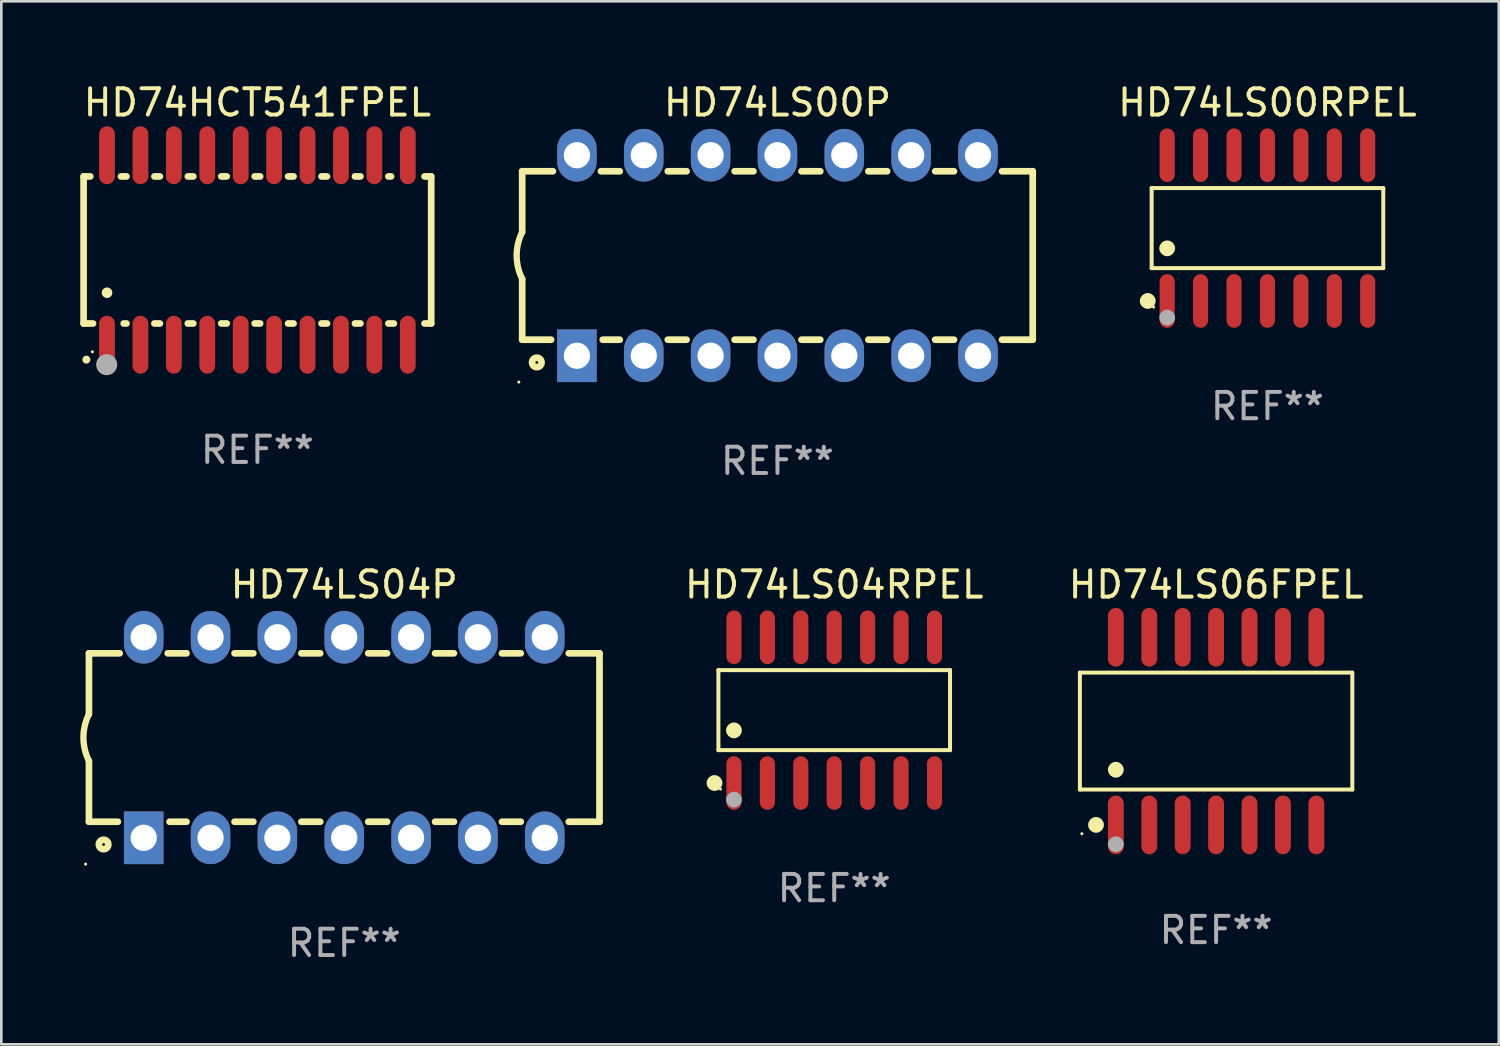
<source format=kicad_pcb>
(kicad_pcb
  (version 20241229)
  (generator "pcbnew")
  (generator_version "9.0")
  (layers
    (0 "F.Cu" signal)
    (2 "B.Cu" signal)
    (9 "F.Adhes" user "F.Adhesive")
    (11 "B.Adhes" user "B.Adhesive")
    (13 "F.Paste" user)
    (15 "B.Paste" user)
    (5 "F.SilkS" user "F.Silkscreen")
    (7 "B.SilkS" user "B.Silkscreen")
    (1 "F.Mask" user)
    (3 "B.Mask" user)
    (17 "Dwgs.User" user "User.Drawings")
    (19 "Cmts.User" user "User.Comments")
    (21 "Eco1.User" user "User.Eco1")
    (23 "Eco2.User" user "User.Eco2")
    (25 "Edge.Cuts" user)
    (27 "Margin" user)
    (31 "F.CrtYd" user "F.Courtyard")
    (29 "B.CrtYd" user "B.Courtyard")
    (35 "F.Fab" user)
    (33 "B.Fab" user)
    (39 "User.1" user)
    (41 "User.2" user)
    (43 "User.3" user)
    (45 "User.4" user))
  (footprint "HD74LS00RPEL"
    (layer "F.Cu")
    (at 45.111 5.617)
    (property "Reference" "HD74LS00RPEL" (at 0 -4.769 0) (layer "F.SilkS") (effects (font (size 1 1) (thickness 0.15))))
    (attr through_hole)
    (fp_line (start -4.401 -1.521) (end 4.401 -1.521) (stroke (width 0.152) (type solid)) (layer "F.SilkS"))
    (fp_line (start -4.401 1.521) (end -4.401 -1.521) (stroke (width 0.152) (type solid)) (layer "F.SilkS"))
    (fp_line (start 4.401 -1.521) (end 4.401 1.521) (stroke (width 0.152) (type solid)) (layer "F.SilkS"))
    (fp_line (start 4.401 1.521) (end -4.401 1.521) (stroke (width 0.152) (type solid)) (layer "F.SilkS"))
    (fp_circle (center -4.549 2.769) (end -4.399 2.769) (stroke (width 0.3) (type solid)) (fill no) (layer "F.SilkS"))
    (fp_circle (center -4.325 3) (end -4.295 3) (stroke (width 0.06) (type solid)) (fill no) (layer "F.SilkS"))
    (fp_circle (center -3.81 0.769) (end -3.66 0.769) (stroke (width 0.3) (type solid)) (fill no) (layer "F.SilkS"))
    (fp_circle (center -3.81 3.4) (end -3.66 3.4) (stroke (width 0.3) (type solid)) (fill no) (layer "F.Fab"))
    (fp_text user "REF**" (at 0 6.769 0) (layer "F.Fab") (effects (font (size 1 1) (thickness 0.15))))
    (pad "1" smd oval (at -3.81 2.769) (size 0.574 2.038) (layers "F.Cu" "F.Mask" "F.Paste"))
    (pad "2" smd oval (at -2.54 2.769) (size 0.574 2.038) (layers "F.Cu" "F.Mask" "F.Paste"))
    (pad "3" smd oval (at -1.27 2.769) (size 0.574 2.038) (layers "F.Cu" "F.Mask" "F.Paste"))
    (pad "4" smd oval (at 0 2.769) (size 0.574 2.038) (layers "F.Cu" "F.Mask" "F.Paste"))
    (pad "5" smd oval (at 1.27 2.769) (size 0.574 2.038) (layers "F.Cu" "F.Mask" "F.Paste"))
    (pad "6" smd oval (at 2.54 2.769) (size 0.574 2.038) (layers "F.Cu" "F.Mask" "F.Paste"))
    (pad "7" smd oval (at 3.81 2.769) (size 0.574 2.038) (layers "F.Cu" "F.Mask" "F.Paste"))
    (pad "8" smd oval (at 3.81 -2.769) (size 0.574 2.038) (layers "F.Cu" "F.Mask" "F.Paste"))
    (pad "9" smd oval (at 2.54 -2.769) (size 0.574 2.038) (layers "F.Cu" "F.Mask" "F.Paste"))
    (pad "10" smd oval (at 1.27 -2.769) (size 0.574 2.038) (layers "F.Cu" "F.Mask" "F.Paste"))
    (pad "11" smd oval (at 0 -2.769) (size 0.574 2.038) (layers "F.Cu" "F.Mask" "F.Paste"))
    (pad "12" smd oval (at -1.27 -2.769) (size 0.574 2.038) (layers "F.Cu" "F.Mask" "F.Paste"))
    (pad "13" smd oval (at -2.54 -2.769) (size 0.574 2.038) (layers "F.Cu" "F.Mask" "F.Paste"))
    (pad "14" smd oval (at -3.81 -2.769) (size 0.574 2.038) (layers "F.Cu" "F.Mask" "F.Paste")))
  (footprint "HD74LS04P"
    (layer "F.Cu")
    (at 10.03 24.975)
    (property "Reference" "HD74LS04P" (at 0 -5.81 0) (layer "F.SilkS") (effects (font (size 1 1) (thickness 0.15))))
    (attr through_hole)
    (fp_line (start -9.7 -3.2) (end -9.7 -0.889) (stroke (width 0.254) (type solid)) (layer "F.SilkS"))
    (fp_line (start -9.7 -3.2) (end -8.533 -3.2) (stroke (width 0.254) (type solid)) (layer "F.SilkS"))
    (fp_line (start -9.7 3.2) (end -9.7 0.889) (stroke (width 0.254) (type solid)) (layer "F.SilkS"))
    (fp_line (start -9.7 3.2) (end -8.601 3.2) (stroke (width 0.254) (type solid)) (layer "F.SilkS"))
    (fp_line (start -6.707 -3.2) (end -5.993 -3.2) (stroke (width 0.254) (type solid)) (layer "F.SilkS"))
    (fp_line (start -6.639 3.2) (end -5.993 3.2) (stroke (width 0.254) (type solid)) (layer "F.SilkS"))
    (fp_line (start -4.168 3.2) (end -3.453 3.2) (stroke (width 0.254) (type solid)) (layer "F.SilkS"))
    (fp_line (start -4.167 -3.2) (end -3.453 -3.2) (stroke (width 0.254) (type solid)) (layer "F.SilkS"))
    (fp_line (start -1.628 3.2) (end -0.912 3.2) (stroke (width 0.254) (type solid)) (layer "F.SilkS"))
    (fp_line (start -1.627 -3.2) (end -0.913 -3.2) (stroke (width 0.254) (type solid)) (layer "F.SilkS"))
    (fp_line (start 0.912 3.2) (end 1.628 3.2) (stroke (width 0.254) (type solid)) (layer "F.SilkS"))
    (fp_line (start 0.913 -3.2) (end 1.627 -3.2) (stroke (width 0.254) (type solid)) (layer "F.SilkS"))
    (fp_line (start 3.453 3.2) (end 4.168 3.2) (stroke (width 0.254) (type solid)) (layer "F.SilkS"))
    (fp_line (start 3.453 -3.2) (end 4.167 -3.2) (stroke (width 0.254) (type solid)) (layer "F.SilkS"))
    (fp_line (start 5.993 3.2) (end 6.708 3.2) (stroke (width 0.254) (type solid)) (layer "F.SilkS"))
    (fp_line (start 5.993 -3.2) (end 6.707 -3.2) (stroke (width 0.254) (type solid)) (layer "F.SilkS"))
    (fp_line (start 8.533 3.2) (end 9.7 3.2) (stroke (width 0.254) (type solid)) (layer "F.SilkS"))
    (fp_line (start 8.533 -3.2) (end 9.7 -3.2) (stroke (width 0.254) (type solid)) (layer "F.SilkS"))
    (fp_line (start 9.7 3.2) (end 9.7 -3.2) (stroke (width 0.254) (type solid)) (layer "F.SilkS"))
    (fp_arc (start -9.699822 0.889002) (mid -9.909826 0.000048) (end -9.700229 -0.889002) (stroke (width 0.240005) (type solid)) (layer "F.SilkS"))
    (fp_circle (center -9.827 4.81) (end -9.797 4.81) (stroke (width 0.06) (type solid)) (fill no) (layer "F.SilkS"))
    (fp_circle (center -9.144 4.064) (end -8.964 4.064) (stroke (width 0.254) (type solid)) (fill no) (layer "F.SilkS"))
    (fp_text user "REF**" (at 0 7.81 0) (layer "F.Fab") (effects (font (size 1 1) (thickness 0.15))))
    (pad "1" thru_hole rect (at -7.62 3.81 90) (size 2 1.5) (drill 1) (layers "*.Cu" "*.Mask"))
    (pad "2" thru_hole oval (at -5.08 3.81 90) (size 2 1.5) (drill 1) (layers "*.Cu" "*.Mask"))
    (pad "3" thru_hole oval (at -2.54 3.81 90) (size 2 1.5) (drill 1) (layers "*.Cu" "*.Mask"))
    (pad "4" thru_hole oval (at 0 3.81 90) (size 2 1.5) (drill 1) (layers "*.Cu" "*.Mask"))
    (pad "5" thru_hole oval (at 2.54 3.81 90) (size 2 1.5) (drill 1) (layers "*.Cu" "*.Mask"))
    (pad "6" thru_hole oval (at 5.08 3.81 90) (size 2 1.5) (drill 1) (layers "*.Cu" "*.Mask"))
    (pad "7" thru_hole oval (at 7.62 3.81 90) (size 2 1.5) (drill 1) (layers "*.Cu" "*.Mask"))
    (pad "8" thru_hole oval (at 7.62 -3.81 90) (size 2 1.5) (drill 1) (layers "*.Cu" "*.Mask"))
    (pad "9" thru_hole oval (at 5.08 -3.81 90) (size 2 1.5) (drill 1) (layers "*.Cu" "*.Mask"))
    (pad "10" thru_hole oval (at 2.54 -3.81 90) (size 2 1.5) (drill 1) (layers "*.Cu" "*.Mask"))
    (pad "11" thru_hole oval (at 0 -3.81 90) (size 2 1.5) (drill 1) (layers "*.Cu" "*.Mask"))
    (pad "12" thru_hole oval (at -2.54 -3.81 90) (size 2 1.5) (drill 1) (layers "*.Cu" "*.Mask"))
    (pad "13" thru_hole oval (at -5.08 -3.81 90) (size 2 1.5) (drill 1) (layers "*.Cu" "*.Mask"))
    (pad "14" thru_hole oval (at -7.62 -3.81 90) (size 2 1.5) (drill 1) (layers "*.Cu" "*.Mask")))
  (footprint "HD74LS04RPEL"
    (layer "F.Cu")
    (at 28.649 23.934)
    (property "Reference" "HD74LS04RPEL" (at 0 -4.769 0) (layer "F.SilkS") (effects (font (size 1 1) (thickness 0.15))))
    (attr through_hole)
    (fp_line (start -4.401 -1.521) (end 4.401 -1.521) (stroke (width 0.152) (type solid)) (layer "F.SilkS"))
    (fp_line (start -4.401 1.521) (end -4.401 -1.521) (stroke (width 0.152) (type solid)) (layer "F.SilkS"))
    (fp_line (start 4.401 -1.521) (end 4.401 1.521) (stroke (width 0.152) (type solid)) (layer "F.SilkS"))
    (fp_line (start 4.401 1.521) (end -4.401 1.521) (stroke (width 0.152) (type solid)) (layer "F.SilkS"))
    (fp_circle (center -4.549 2.769) (end -4.399 2.769) (stroke (width 0.3) (type solid)) (fill no) (layer "F.SilkS"))
    (fp_circle (center -4.325 3) (end -4.295 3) (stroke (width 0.06) (type solid)) (fill no) (layer "F.SilkS"))
    (fp_circle (center -3.81 0.769) (end -3.66 0.769) (stroke (width 0.3) (type solid)) (fill no) (layer "F.SilkS"))
    (fp_circle (center -3.81 3.4) (end -3.66 3.4) (stroke (width 0.3) (type solid)) (fill no) (layer "F.Fab"))
    (fp_text user "REF**" (at 0 6.769 0) (layer "F.Fab") (effects (font (size 1 1) (thickness 0.15))))
    (pad "1" smd oval (at -3.81 2.769) (size 0.574 2.038) (layers "F.Cu" "F.Mask" "F.Paste"))
    (pad "2" smd oval (at -2.54 2.769) (size 0.574 2.038) (layers "F.Cu" "F.Mask" "F.Paste"))
    (pad "3" smd oval (at -1.27 2.769) (size 0.574 2.038) (layers "F.Cu" "F.Mask" "F.Paste"))
    (pad "4" smd oval (at 0 2.769) (size 0.574 2.038) (layers "F.Cu" "F.Mask" "F.Paste"))
    (pad "5" smd oval (at 1.27 2.769) (size 0.574 2.038) (layers "F.Cu" "F.Mask" "F.Paste"))
    (pad "6" smd oval (at 2.54 2.769) (size 0.574 2.038) (layers "F.Cu" "F.Mask" "F.Paste"))
    (pad "7" smd oval (at 3.81 2.769) (size 0.574 2.038) (layers "F.Cu" "F.Mask" "F.Paste"))
    (pad "8" smd oval (at 3.81 -2.769) (size 0.574 2.038) (layers "F.Cu" "F.Mask" "F.Paste"))
    (pad "9" smd oval (at 2.54 -2.769) (size 0.574 2.038) (layers "F.Cu" "F.Mask" "F.Paste"))
    (pad "10" smd oval (at 1.27 -2.769) (size 0.574 2.038) (layers "F.Cu" "F.Mask" "F.Paste"))
    (pad "11" smd oval (at 0 -2.769) (size 0.574 2.038) (layers "F.Cu" "F.Mask" "F.Paste"))
    (pad "12" smd oval (at -1.27 -2.769) (size 0.574 2.038) (layers "F.Cu" "F.Mask" "F.Paste"))
    (pad "13" smd oval (at -2.54 -2.769) (size 0.574 2.038) (layers "F.Cu" "F.Mask" "F.Paste"))
    (pad "14" smd oval (at -3.81 -2.769) (size 0.574 2.038) (layers "F.Cu" "F.Mask" "F.Paste")))
  (footprint "HD74HCT541FPEL"
    (layer "F.Cu")
    (at 6.731 6.448)
    (property "Reference" "HD74HCT541FPEL" (at 0 -5.6 0) (layer "F.SilkS") (effects (font (size 1 1) (thickness 0.15))))
    (attr through_hole)
    (fp_line (start -6.604 -2.794) (end -6.604 2.794) (stroke (width 0.254) (type solid)) (layer "F.SilkS"))
    (fp_line (start -6.604 2.794) (end -6.246 2.794) (stroke (width 0.254) (type solid)) (layer "F.SilkS"))
    (fp_line (start -6.35 -2.794) (end -6.604 -2.794) (stroke (width 0.254) (type solid)) (layer "F.SilkS"))
    (fp_line (start -5.184 -2.794) (end -4.976 -2.794) (stroke (width 0.254) (type solid)) (layer "F.SilkS"))
    (fp_line (start -5.08 2.794) (end -4.976 2.794) (stroke (width 0.254) (type solid)) (layer "F.SilkS"))
    (fp_line (start -3.914 -2.794) (end -3.706 -2.794) (stroke (width 0.254) (type solid)) (layer "F.SilkS"))
    (fp_line (start -3.914 2.794) (end -3.706 2.794) (stroke (width 0.254) (type solid)) (layer "F.SilkS"))
    (fp_line (start -2.644 -2.794) (end -2.436 -2.794) (stroke (width 0.254) (type solid)) (layer "F.SilkS"))
    (fp_line (start -2.644 2.794) (end -2.436 2.794) (stroke (width 0.254) (type solid)) (layer "F.SilkS"))
    (fp_line (start -1.374 -2.794) (end -1.166 -2.794) (stroke (width 0.254) (type solid)) (layer "F.SilkS"))
    (fp_line (start -1.374 2.794) (end -1.166 2.794) (stroke (width 0.254) (type solid)) (layer "F.SilkS"))
    (fp_line (start -0.104 -2.794) (end 0.104 -2.794) (stroke (width 0.254) (type solid)) (layer "F.SilkS"))
    (fp_line (start -0.104 2.794) (end 0.104 2.794) (stroke (width 0.254) (type solid)) (layer "F.SilkS"))
    (fp_line (start 1.166 -2.794) (end 1.374 -2.794) (stroke (width 0.254) (type solid)) (layer "F.SilkS"))
    (fp_line (start 1.166 2.794) (end 1.374 2.794) (stroke (width 0.254) (type solid)) (layer "F.SilkS"))
    (fp_line (start 2.436 -2.794) (end 2.644 -2.794) (stroke (width 0.254) (type solid)) (layer "F.SilkS"))
    (fp_line (start 2.436 2.794) (end 2.644 2.794) (stroke (width 0.254) (type solid)) (layer "F.SilkS"))
    (fp_line (start 3.706 -2.794) (end 3.914 -2.794) (stroke (width 0.254) (type solid)) (layer "F.SilkS"))
    (fp_line (start 3.706 2.794) (end 3.914 2.794) (stroke (width 0.254) (type solid)) (layer "F.SilkS"))
    (fp_line (start 4.976 -2.794) (end 5.08 -2.794) (stroke (width 0.254) (type solid)) (layer "F.SilkS"))
    (fp_line (start 4.976 2.794) (end 5.184 2.794) (stroke (width 0.254) (type solid)) (layer "F.SilkS"))
    (fp_line (start 6.35 -2.794) (end 6.604 -2.794) (stroke (width 0.254) (type solid)) (layer "F.SilkS"))
    (fp_line (start 6.604 -2.794) (end 6.604 2.794) (stroke (width 0.254) (type solid)) (layer "F.SilkS"))
    (fp_line (start 6.604 2.794) (end 6.35 2.794) (stroke (width 0.254) (type solid)) (layer "F.SilkS"))
    (fp_arc (start -6.499619 4.167793) (mid -6.498349 4.167788) (end -6.497079 4.167793) (stroke (width 0.3) (type solid)) (layer "F.SilkS"))
    (fp_arc (start -5.715011 1.625603) (mid -5.713741 1.625599) (end -5.712471 1.625603) (stroke (width 0.4) (type solid)) (layer "F.SilkS"))
    (fp_circle (center -6.27 3.87) (end -6.24 3.87) (stroke (width 0.06) (type solid)) (fill no) (layer "F.SilkS"))
    (fp_circle (center -5.727 4.359) (end -5.527 4.359) (stroke (width 0.4) (type solid)) (fill no) (layer "F.Fab"))
    (fp_text user "REF**" (at 0 7.6 0) (layer "F.Fab") (effects (font (size 1 1) (thickness 0.15))))
    (pad "1" smd oval (at -5.715 3.6) (size 0.6 2.2) (layers "F.Cu" "F.Mask" "F.Paste"))
    (pad "2" smd oval (at -4.445 3.6) (size 0.6 2.2) (layers "F.Cu" "F.Mask" "F.Paste"))
    (pad "3" smd oval (at -3.175 3.6) (size 0.6 2.2) (layers "F.Cu" "F.Mask" "F.Paste"))
    (pad "4" smd oval (at -1.905 3.6) (size 0.6 2.2) (layers "F.Cu" "F.Mask" "F.Paste"))
    (pad "5" smd oval (at -0.635 3.6) (size 0.6 2.2) (layers "F.Cu" "F.Mask" "F.Paste"))
    (pad "6" smd oval (at 0.635 3.6) (size 0.6 2.2) (layers "F.Cu" "F.Mask" "F.Paste"))
    (pad "7" smd oval (at 1.905 3.6) (size 0.6 2.2) (layers "F.Cu" "F.Mask" "F.Paste"))
    (pad "8" smd oval (at 3.175 3.6) (size 0.6 2.2) (layers "F.Cu" "F.Mask" "F.Paste"))
    (pad "9" smd oval (at 4.445 3.6) (size 0.6 2.2) (layers "F.Cu" "F.Mask" "F.Paste"))
    (pad "10" smd oval (at 5.715 3.6) (size 0.6 2.2) (layers "F.Cu" "F.Mask" "F.Paste"))
    (pad "11" smd oval (at 5.715 -3.6 180) (size 0.6 2.2) (layers "F.Cu" "F.Mask" "F.Paste"))
    (pad "12" smd oval (at 4.445 -3.6 180) (size 0.6 2.2) (layers "F.Cu" "F.Mask" "F.Paste"))
    (pad "13" smd oval (at 3.175 -3.6 180) (size 0.6 2.2) (layers "F.Cu" "F.Mask" "F.Paste"))
    (pad "14" smd oval (at 1.905 -3.6 180) (size 0.6 2.2) (layers "F.Cu" "F.Mask" "F.Paste"))
    (pad "15" smd oval (at 0.635 -3.6 180) (size 0.6 2.2) (layers "F.Cu" "F.Mask" "F.Paste"))
    (pad "16" smd oval (at -0.635 -3.6 180) (size 0.6 2.2) (layers "F.Cu" "F.Mask" "F.Paste"))
    (pad "17" smd oval (at -1.905 -3.6 180) (size 0.6 2.2) (layers "F.Cu" "F.Mask" "F.Paste"))
    (pad "18" smd oval (at -3.175 -3.6 180) (size 0.6 2.2) (layers "F.Cu" "F.Mask" "F.Paste"))
    (pad "19" smd oval (at -4.445 -3.6 180) (size 0.6 2.2) (layers "F.Cu" "F.Mask" "F.Paste"))
    (pad "20" smd oval (at -5.715 -3.6 180) (size 0.6 2.2) (layers "F.Cu" "F.Mask" "F.Paste")))
  (footprint "HD74LS06FPEL"
    (layer "F.Cu")
    (at 43.16 24.73)
    (property "Reference" "HD74LS06FPEL" (at 0 -5.565 0) (layer "F.SilkS") (effects (font (size 1 1) (thickness 0.15))))
    (attr through_hole)
    (fp_line (start -5.176 -2.221) (end 5.176 -2.221) (stroke (width 0.152) (type solid)) (layer "F.SilkS"))
    (fp_line (start -5.176 2.221) (end -5.176 -2.221) (stroke (width 0.152) (type solid)) (layer "F.SilkS"))
    (fp_line (start 5.176 -2.221) (end 5.176 2.221) (stroke (width 0.152) (type solid)) (layer "F.SilkS"))
    (fp_line (start 5.176 2.221) (end -5.176 2.221) (stroke (width 0.152) (type solid)) (layer "F.SilkS"))
    (fp_circle (center -5.1 3.9) (end -5.07 3.9) (stroke (width 0.06) (type solid)) (fill no) (layer "F.SilkS"))
    (fp_circle (center -4.563 3.565) (end -4.413 3.565) (stroke (width 0.3) (type solid)) (fill no) (layer "F.SilkS"))
    (fp_circle (center -3.81 1.469) (end -3.66 1.469) (stroke (width 0.3) (type solid)) (fill no) (layer "F.SilkS"))
    (fp_circle (center -3.81 4.3) (end -3.66 4.3) (stroke (width 0.3) (type solid)) (fill no) (layer "F.Fab"))
    (fp_text user "REF**" (at 0 7.565 0) (layer "F.Fab") (effects (font (size 1 1) (thickness 0.15))))
    (pad "1" smd oval (at -3.81 3.565) (size 0.602 2.231) (layers "F.Cu" "F.Mask" "F.Paste"))
    (pad "2" smd oval (at -2.54 3.565) (size 0.602 2.231) (layers "F.Cu" "F.Mask" "F.Paste"))
    (pad "3" smd oval (at -1.27 3.565) (size 0.602 2.231) (layers "F.Cu" "F.Mask" "F.Paste"))
    (pad "4" smd oval (at 0 3.565) (size 0.602 2.231) (layers "F.Cu" "F.Mask" "F.Paste"))
    (pad "5" smd oval (at 1.27 3.565) (size 0.602 2.231) (layers "F.Cu" "F.Mask" "F.Paste"))
    (pad "6" smd oval (at 2.54 3.565) (size 0.602 2.231) (layers "F.Cu" "F.Mask" "F.Paste"))
    (pad "7" smd oval (at 3.81 3.565) (size 0.602 2.231) (layers "F.Cu" "F.Mask" "F.Paste"))
    (pad "8" smd oval (at 3.81 -3.565) (size 0.602 2.231) (layers "F.Cu" "F.Mask" "F.Paste"))
    (pad "9" smd oval (at 2.54 -3.565) (size 0.602 2.231) (layers "F.Cu" "F.Mask" "F.Paste"))
    (pad "10" smd oval (at 1.27 -3.565) (size 0.602 2.231) (layers "F.Cu" "F.Mask" "F.Paste"))
    (pad "11" smd oval (at 0 -3.565) (size 0.602 2.231) (layers "F.Cu" "F.Mask" "F.Paste"))
    (pad "12" smd oval (at -1.27 -3.565) (size 0.602 2.231) (layers "F.Cu" "F.Mask" "F.Paste"))
    (pad "13" smd oval (at -2.54 -3.565) (size 0.602 2.231) (layers "F.Cu" "F.Mask" "F.Paste"))
    (pad "14" smd oval (at -3.81 -3.565) (size 0.602 2.231) (layers "F.Cu" "F.Mask" "F.Paste")))
  (footprint "HD74LS00P"
    (layer "F.Cu")
    (at 26.492 6.658)
    (property "Reference" "HD74LS00P" (at 0 -5.81 0) (layer "F.SilkS") (effects (font (size 1 1) (thickness 0.15))))
    (attr through_hole)
    (fp_line (start -9.7 -3.2) (end -9.7 -0.889) (stroke (width 0.254) (type solid)) (layer "F.SilkS"))
    (fp_line (start -9.7 -3.2) (end -8.533 -3.2) (stroke (width 0.254) (type solid)) (layer "F.SilkS"))
    (fp_line (start -9.7 3.2) (end -9.7 0.889) (stroke (width 0.254) (type solid)) (layer "F.SilkS"))
    (fp_line (start -9.7 3.2) (end -8.601 3.2) (stroke (width 0.254) (type solid)) (layer "F.SilkS"))
    (fp_line (start -6.707 -3.2) (end -5.993 -3.2) (stroke (width 0.254) (type solid)) (layer "F.SilkS"))
    (fp_line (start -6.639 3.2) (end -5.993 3.2) (stroke (width 0.254) (type solid)) (layer "F.SilkS"))
    (fp_line (start -4.168 3.2) (end -3.453 3.2) (stroke (width 0.254) (type solid)) (layer "F.SilkS"))
    (fp_line (start -4.167 -3.2) (end -3.453 -3.2) (stroke (width 0.254) (type solid)) (layer "F.SilkS"))
    (fp_line (start -1.628 3.2) (end -0.912 3.2) (stroke (width 0.254) (type solid)) (layer "F.SilkS"))
    (fp_line (start -1.627 -3.2) (end -0.913 -3.2) (stroke (width 0.254) (type solid)) (layer "F.SilkS"))
    (fp_line (start 0.912 3.2) (end 1.628 3.2) (stroke (width 0.254) (type solid)) (layer "F.SilkS"))
    (fp_line (start 0.913 -3.2) (end 1.627 -3.2) (stroke (width 0.254) (type solid)) (layer "F.SilkS"))
    (fp_line (start 3.453 3.2) (end 4.168 3.2) (stroke (width 0.254) (type solid)) (layer "F.SilkS"))
    (fp_line (start 3.453 -3.2) (end 4.167 -3.2) (stroke (width 0.254) (type solid)) (layer "F.SilkS"))
    (fp_line (start 5.993 3.2) (end 6.708 3.2) (stroke (width 0.254) (type solid)) (layer "F.SilkS"))
    (fp_line (start 5.993 -3.2) (end 6.707 -3.2) (stroke (width 0.254) (type solid)) (layer "F.SilkS"))
    (fp_line (start 8.533 3.2) (end 9.7 3.2) (stroke (width 0.254) (type solid)) (layer "F.SilkS"))
    (fp_line (start 8.533 -3.2) (end 9.7 -3.2) (stroke (width 0.254) (type solid)) (layer "F.SilkS"))
    (fp_line (start 9.7 3.2) (end 9.7 -3.2) (stroke (width 0.254) (type solid)) (layer "F.SilkS"))
    (fp_arc (start -9.699822 0.889002) (mid -9.909826 0.000048) (end -9.700229 -0.889002) (stroke (width 0.240005) (type solid)) (layer "F.SilkS"))
    (fp_circle (center -9.827 4.81) (end -9.797 4.81) (stroke (width 0.06) (type solid)) (fill no) (layer "F.SilkS"))
    (fp_circle (center -9.144 4.064) (end -8.964 4.064) (stroke (width 0.254) (type solid)) (fill no) (layer "F.SilkS"))
    (fp_text user "REF**" (at 0 7.81 0) (layer "F.Fab") (effects (font (size 1 1) (thickness 0.15))))
    (pad "1" thru_hole rect (at -7.62 3.81 90) (size 2 1.5) (drill 1) (layers "*.Cu" "*.Mask"))
    (pad "2" thru_hole oval (at -5.08 3.81 90) (size 2 1.5) (drill 1) (layers "*.Cu" "*.Mask"))
    (pad "3" thru_hole oval (at -2.54 3.81 90) (size 2 1.5) (drill 1) (layers "*.Cu" "*.Mask"))
    (pad "4" thru_hole oval (at 0 3.81 90) (size 2 1.5) (drill 1) (layers "*.Cu" "*.Mask"))
    (pad "5" thru_hole oval (at 2.54 3.81 90) (size 2 1.5) (drill 1) (layers "*.Cu" "*.Mask"))
    (pad "6" thru_hole oval (at 5.08 3.81 90) (size 2 1.5) (drill 1) (layers "*.Cu" "*.Mask"))
    (pad "7" thru_hole oval (at 7.62 3.81 90) (size 2 1.5) (drill 1) (layers "*.Cu" "*.Mask"))
    (pad "8" thru_hole oval (at 7.62 -3.81 90) (size 2 1.5) (drill 1) (layers "*.Cu" "*.Mask"))
    (pad "9" thru_hole oval (at 5.08 -3.81 90) (size 2 1.5) (drill 1) (layers "*.Cu" "*.Mask"))
    (pad "10" thru_hole oval (at 2.54 -3.81 90) (size 2 1.5) (drill 1) (layers "*.Cu" "*.Mask"))
    (pad "11" thru_hole oval (at 0 -3.81 90) (size 2 1.5) (drill 1) (layers "*.Cu" "*.Mask"))
    (pad "12" thru_hole oval (at -2.54 -3.81 90) (size 2 1.5) (drill 1) (layers "*.Cu" "*.Mask"))
    (pad "13" thru_hole oval (at -5.08 -3.81 90) (size 2 1.5) (drill 1) (layers "*.Cu" "*.Mask"))
    (pad "14" thru_hole oval (at -7.62 -3.81 90) (size 2 1.5) (drill 1) (layers "*.Cu" "*.Mask")))
  (gr_rect
    (start -3 -3)
    (end 53.902 36.633)
    (stroke (width 0.1) (type default))
    (fill no)
    (layer "Edge.Cuts")))
</source>
